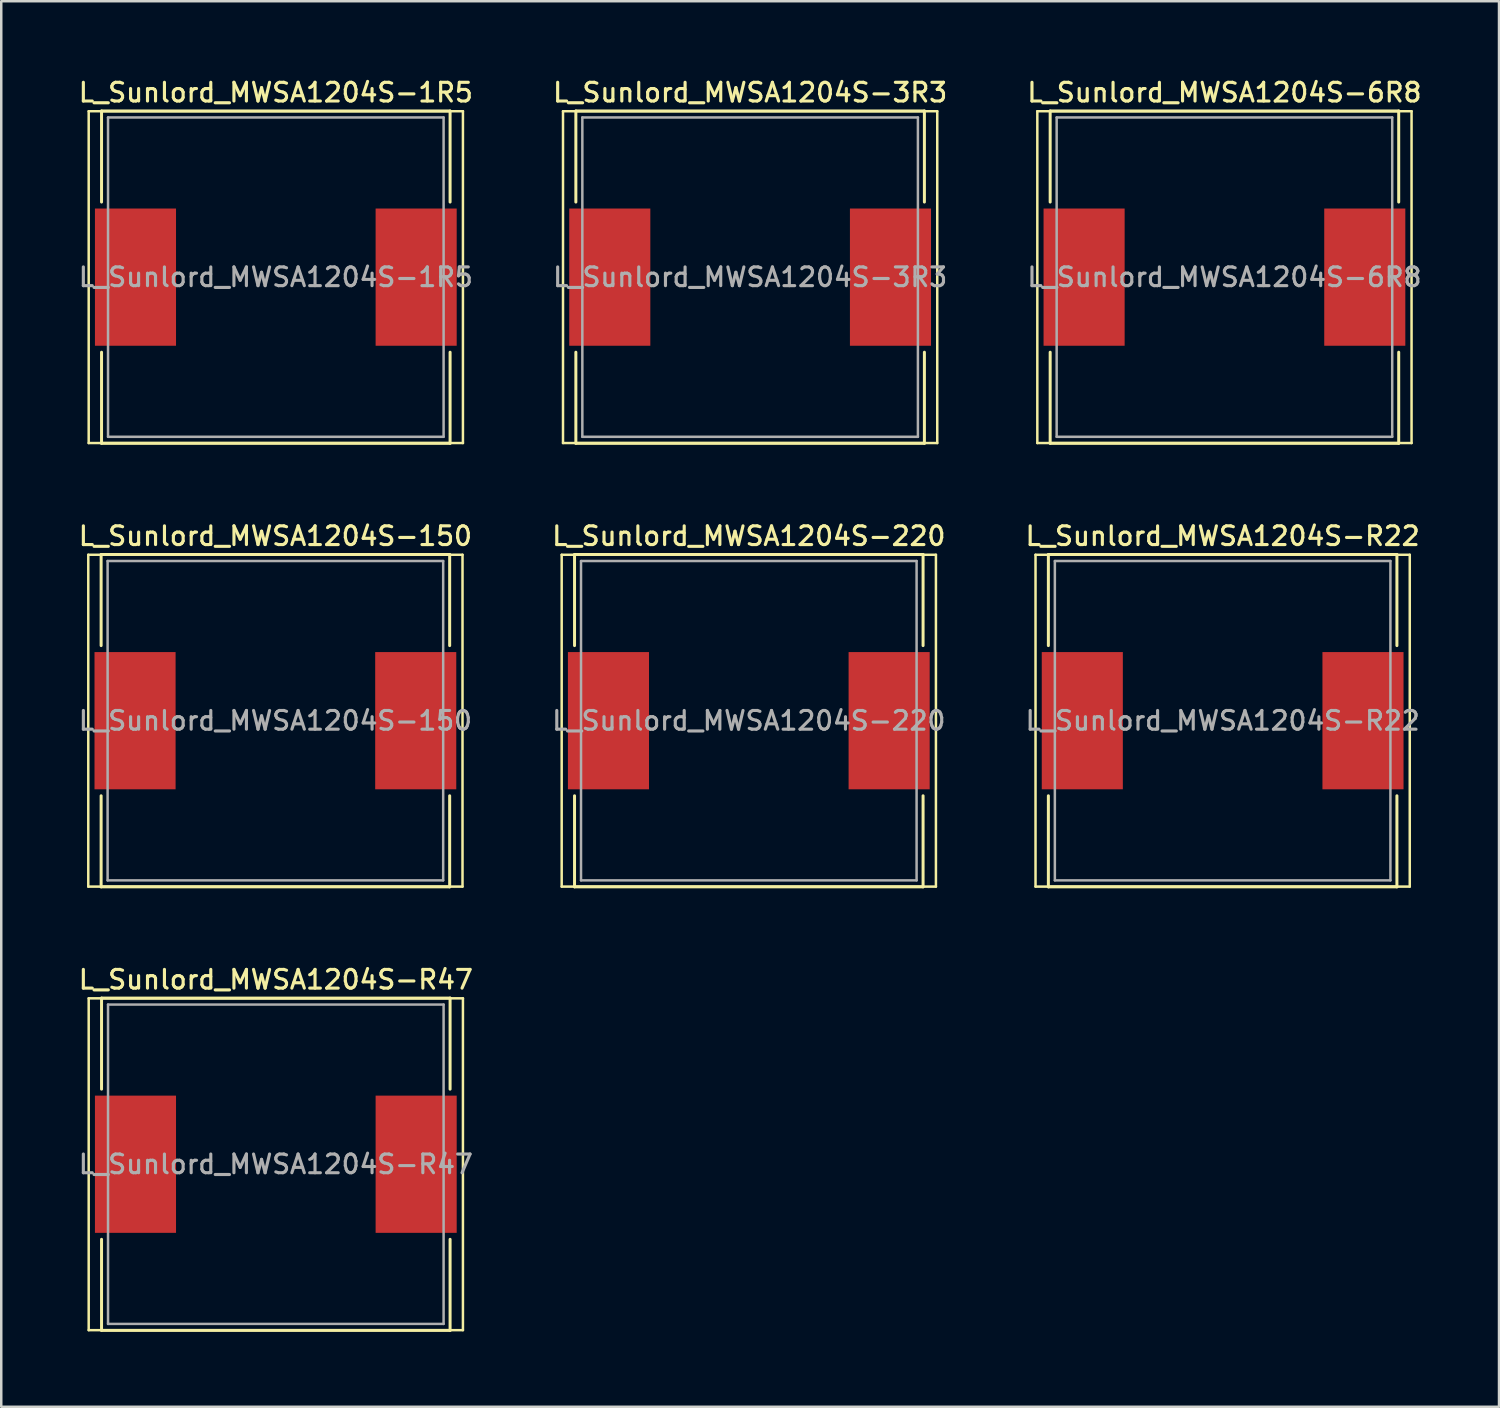
<source format=kicad_pcb>
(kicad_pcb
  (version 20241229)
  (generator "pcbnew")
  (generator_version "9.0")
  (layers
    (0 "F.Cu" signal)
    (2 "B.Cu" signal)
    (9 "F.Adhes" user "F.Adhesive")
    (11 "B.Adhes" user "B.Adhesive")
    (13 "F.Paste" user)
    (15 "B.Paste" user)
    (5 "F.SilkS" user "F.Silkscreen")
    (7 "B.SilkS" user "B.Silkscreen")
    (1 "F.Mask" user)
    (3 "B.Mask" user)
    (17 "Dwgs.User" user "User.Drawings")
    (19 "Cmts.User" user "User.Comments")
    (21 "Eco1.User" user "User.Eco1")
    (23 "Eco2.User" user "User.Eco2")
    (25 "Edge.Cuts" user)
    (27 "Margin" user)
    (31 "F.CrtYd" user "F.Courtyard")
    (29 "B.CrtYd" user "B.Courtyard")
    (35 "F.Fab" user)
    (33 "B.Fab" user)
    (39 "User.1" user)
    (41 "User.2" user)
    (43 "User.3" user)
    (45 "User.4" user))
  (footprint "L_Sunlord_MWSA1204S-220"
    (layer "F.Cu")
    (at 26.963 25.836)
    (property "Reference" "L_Sunlord_MWSA1204S-220" (at 0 -7.4 0) (layer "F.SilkS") (effects (font (size 0.75 0.75) (thickness 0.125))))
    (attr smd)
    (fp_line (start -7.5 -6.65) (end -7.5 6.65) (stroke (width 0.1) (type solid)) (layer "F.SilkS"))
    (fp_line (start -7.5 6.65) (end 7.5 6.65) (stroke (width 0.1) (type solid)) (layer "F.SilkS"))
    (fp_line (start -6.985 -6.66) (end -6.985 -3.01) (stroke (width 0.12) (type solid)) (layer "F.SilkS"))
    (fp_line (start -6.985 -6.66) (end 6.985 -6.66) (stroke (width 0.12) (type solid)) (layer "F.SilkS"))
    (fp_line (start -6.985 6.66) (end -6.985 3.01) (stroke (width 0.12) (type solid)) (layer "F.SilkS"))
    (fp_line (start -6.985 6.66) (end 6.985 6.66) (stroke (width 0.12) (type solid)) (layer "F.SilkS"))
    (fp_line (start 6.985 -6.66) (end 6.985 -3.01) (stroke (width 0.12) (type solid)) (layer "F.SilkS"))
    (fp_line (start 6.985 6.66) (end 6.985 3.01) (stroke (width 0.12) (type solid)) (layer "F.SilkS"))
    (fp_line (start 7.5 -6.65) (end -7.5 -6.65) (stroke (width 0.1) (type solid)) (layer "F.SilkS"))
    (fp_line (start 7.5 6.65) (end 7.5 -6.65) (stroke (width 0.1) (type solid)) (layer "F.SilkS"))
    (fp_line (start -6.725 -6.4) (end -6.725 6.4) (stroke (width 0.1) (type solid)) (layer "F.Fab"))
    (fp_line (start -6.725 6.4) (end 6.725 6.4) (stroke (width 0.1) (type solid)) (layer "F.Fab"))
    (fp_line (start 6.725 -6.4) (end -6.725 -6.4) (stroke (width 0.1) (type solid)) (layer "F.Fab"))
    (fp_line (start 6.725 6.4) (end 6.725 -6.4) (stroke (width 0.1) (type solid)) (layer "F.Fab"))
    (fp_text user "${REFERENCE}" (at 0 0 0) (layer "F.Fab") (effects (font (size 0.75 0.75) (thickness 0.125))))
    (pad "1" smd rect (at -5.625 0) (size 3.25 5.5) (layers "F.Cu" "F.Mask" "F.Paste"))
    (pad "2" smd rect (at 5.625 0) (size 3.25 5.5) (layers "F.Cu" "F.Mask" "F.Paste")))
  (footprint "L_Sunlord_MWSA1204S-150"
    (layer "F.Cu")
    (at 7.988 25.836)
    (property "Reference" "L_Sunlord_MWSA1204S-150" (at 0 -7.4 0) (layer "F.SilkS") (effects (font (size 0.75 0.75) (thickness 0.125))))
    (attr smd)
    (fp_line (start -7.5 -6.65) (end -7.5 6.65) (stroke (width 0.1) (type solid)) (layer "F.SilkS"))
    (fp_line (start -7.5 6.65) (end 7.5 6.65) (stroke (width 0.1) (type solid)) (layer "F.SilkS"))
    (fp_line (start -6.985 -6.66) (end -6.985 -3.01) (stroke (width 0.12) (type solid)) (layer "F.SilkS"))
    (fp_line (start -6.985 -6.66) (end 6.985 -6.66) (stroke (width 0.12) (type solid)) (layer "F.SilkS"))
    (fp_line (start -6.985 6.66) (end -6.985 3.01) (stroke (width 0.12) (type solid)) (layer "F.SilkS"))
    (fp_line (start -6.985 6.66) (end 6.985 6.66) (stroke (width 0.12) (type solid)) (layer "F.SilkS"))
    (fp_line (start 6.985 -6.66) (end 6.985 -3.01) (stroke (width 0.12) (type solid)) (layer "F.SilkS"))
    (fp_line (start 6.985 6.66) (end 6.985 3.01) (stroke (width 0.12) (type solid)) (layer "F.SilkS"))
    (fp_line (start 7.5 -6.65) (end -7.5 -6.65) (stroke (width 0.1) (type solid)) (layer "F.SilkS"))
    (fp_line (start 7.5 6.65) (end 7.5 -6.65) (stroke (width 0.1) (type solid)) (layer "F.SilkS"))
    (fp_line (start -6.725 -6.4) (end -6.725 6.4) (stroke (width 0.1) (type solid)) (layer "F.Fab"))
    (fp_line (start -6.725 6.4) (end 6.725 6.4) (stroke (width 0.1) (type solid)) (layer "F.Fab"))
    (fp_line (start 6.725 -6.4) (end -6.725 -6.4) (stroke (width 0.1) (type solid)) (layer "F.Fab"))
    (fp_line (start 6.725 6.4) (end 6.725 -6.4) (stroke (width 0.1) (type solid)) (layer "F.Fab"))
    (fp_text user "${REFERENCE}" (at 0 0 0) (layer "F.Fab") (effects (font (size 0.75 0.75) (thickness 0.125))))
    (pad "1" smd rect (at -5.625 0) (size 3.25 5.5) (layers "F.Cu" "F.Mask" "F.Paste"))
    (pad "2" smd rect (at 5.625 0) (size 3.25 5.5) (layers "F.Cu" "F.Mask" "F.Paste")))
  (footprint "L_Sunlord_MWSA1204S-R47"
    (layer "F.Cu")
    (at 8.005 43.614)
    (property "Reference" "L_Sunlord_MWSA1204S-R47" (at 0 -7.4 0) (layer "F.SilkS") (effects (font (size 0.75 0.75) (thickness 0.125))))
    (attr smd)
    (fp_line (start -7.5 -6.65) (end -7.5 6.65) (stroke (width 0.1) (type solid)) (layer "F.SilkS"))
    (fp_line (start -7.5 6.65) (end 7.5 6.65) (stroke (width 0.1) (type solid)) (layer "F.SilkS"))
    (fp_line (start -6.985 -6.66) (end -6.985 -3.01) (stroke (width 0.12) (type solid)) (layer "F.SilkS"))
    (fp_line (start -6.985 -6.66) (end 6.985 -6.66) (stroke (width 0.12) (type solid)) (layer "F.SilkS"))
    (fp_line (start -6.985 6.66) (end -6.985 3.01) (stroke (width 0.12) (type solid)) (layer "F.SilkS"))
    (fp_line (start -6.985 6.66) (end 6.985 6.66) (stroke (width 0.12) (type solid)) (layer "F.SilkS"))
    (fp_line (start 6.985 -6.66) (end 6.985 -3.01) (stroke (width 0.12) (type solid)) (layer "F.SilkS"))
    (fp_line (start 6.985 6.66) (end 6.985 3.01) (stroke (width 0.12) (type solid)) (layer "F.SilkS"))
    (fp_line (start 7.5 -6.65) (end -7.5 -6.65) (stroke (width 0.1) (type solid)) (layer "F.SilkS"))
    (fp_line (start 7.5 6.65) (end 7.5 -6.65) (stroke (width 0.1) (type solid)) (layer "F.SilkS"))
    (fp_line (start -6.725 -6.4) (end -6.725 6.4) (stroke (width 0.1) (type solid)) (layer "F.Fab"))
    (fp_line (start -6.725 6.4) (end 6.725 6.4) (stroke (width 0.1) (type solid)) (layer "F.Fab"))
    (fp_line (start 6.725 -6.4) (end -6.725 -6.4) (stroke (width 0.1) (type solid)) (layer "F.Fab"))
    (fp_line (start 6.725 6.4) (end 6.725 -6.4) (stroke (width 0.1) (type solid)) (layer "F.Fab"))
    (fp_text user "${REFERENCE}" (at 0 0 0) (layer "F.Fab") (effects (font (size 0.75 0.75) (thickness 0.125))))
    (pad "1" smd rect (at -5.625 0) (size 3.25 5.5) (layers "F.Cu" "F.Mask" "F.Paste"))
    (pad "2" smd rect (at 5.625 0) (size 3.25 5.5) (layers "F.Cu" "F.Mask" "F.Paste")))
  (footprint "L_Sunlord_MWSA1204S-3R3"
    (layer "F.Cu")
    (at 27.016 8.058)
    (property "Reference" "L_Sunlord_MWSA1204S-3R3" (at 0 -7.4 0) (layer "F.SilkS") (effects (font (size 0.75 0.75) (thickness 0.125))))
    (attr smd)
    (fp_line (start -7.5 -6.65) (end -7.5 6.65) (stroke (width 0.1) (type solid)) (layer "F.SilkS"))
    (fp_line (start -7.5 6.65) (end 7.5 6.65) (stroke (width 0.1) (type solid)) (layer "F.SilkS"))
    (fp_line (start -6.985 -6.66) (end -6.985 -3.01) (stroke (width 0.12) (type solid)) (layer "F.SilkS"))
    (fp_line (start -6.985 -6.66) (end 6.985 -6.66) (stroke (width 0.12) (type solid)) (layer "F.SilkS"))
    (fp_line (start -6.985 6.66) (end -6.985 3.01) (stroke (width 0.12) (type solid)) (layer "F.SilkS"))
    (fp_line (start -6.985 6.66) (end 6.985 6.66) (stroke (width 0.12) (type solid)) (layer "F.SilkS"))
    (fp_line (start 6.985 -6.66) (end 6.985 -3.01) (stroke (width 0.12) (type solid)) (layer "F.SilkS"))
    (fp_line (start 6.985 6.66) (end 6.985 3.01) (stroke (width 0.12) (type solid)) (layer "F.SilkS"))
    (fp_line (start 7.5 -6.65) (end -7.5 -6.65) (stroke (width 0.1) (type solid)) (layer "F.SilkS"))
    (fp_line (start 7.5 6.65) (end 7.5 -6.65) (stroke (width 0.1) (type solid)) (layer "F.SilkS"))
    (fp_line (start -6.725 -6.4) (end -6.725 6.4) (stroke (width 0.1) (type solid)) (layer "F.Fab"))
    (fp_line (start -6.725 6.4) (end 6.725 6.4) (stroke (width 0.1) (type solid)) (layer "F.Fab"))
    (fp_line (start 6.725 -6.4) (end -6.725 -6.4) (stroke (width 0.1) (type solid)) (layer "F.Fab"))
    (fp_line (start 6.725 6.4) (end 6.725 -6.4) (stroke (width 0.1) (type solid)) (layer "F.Fab"))
    (fp_text user "${REFERENCE}" (at 0 0 0) (layer "F.Fab") (effects (font (size 0.75 0.75) (thickness 0.125))))
    (pad "1" smd rect (at -5.625 0) (size 3.25 5.5) (layers "F.Cu" "F.Mask" "F.Paste"))
    (pad "2" smd rect (at 5.625 0) (size 3.25 5.5) (layers "F.Cu" "F.Mask" "F.Paste")))
  (footprint "L_Sunlord_MWSA1204S-R22"
    (layer "F.Cu")
    (at 45.955 25.836)
    (property "Reference" "L_Sunlord_MWSA1204S-R22" (at 0 -7.4 0) (layer "F.SilkS") (effects (font (size 0.75 0.75) (thickness 0.125))))
    (attr smd)
    (fp_line (start -7.5 -6.65) (end -7.5 6.65) (stroke (width 0.1) (type solid)) (layer "F.SilkS"))
    (fp_line (start -7.5 6.65) (end 7.5 6.65) (stroke (width 0.1) (type solid)) (layer "F.SilkS"))
    (fp_line (start -6.985 -6.66) (end -6.985 -3.01) (stroke (width 0.12) (type solid)) (layer "F.SilkS"))
    (fp_line (start -6.985 -6.66) (end 6.985 -6.66) (stroke (width 0.12) (type solid)) (layer "F.SilkS"))
    (fp_line (start -6.985 6.66) (end -6.985 3.01) (stroke (width 0.12) (type solid)) (layer "F.SilkS"))
    (fp_line (start -6.985 6.66) (end 6.985 6.66) (stroke (width 0.12) (type solid)) (layer "F.SilkS"))
    (fp_line (start 6.985 -6.66) (end 6.985 -3.01) (stroke (width 0.12) (type solid)) (layer "F.SilkS"))
    (fp_line (start 6.985 6.66) (end 6.985 3.01) (stroke (width 0.12) (type solid)) (layer "F.SilkS"))
    (fp_line (start 7.5 -6.65) (end -7.5 -6.65) (stroke (width 0.1) (type solid)) (layer "F.SilkS"))
    (fp_line (start 7.5 6.65) (end 7.5 -6.65) (stroke (width 0.1) (type solid)) (layer "F.SilkS"))
    (fp_line (start -6.725 -6.4) (end -6.725 6.4) (stroke (width 0.1) (type solid)) (layer "F.Fab"))
    (fp_line (start -6.725 6.4) (end 6.725 6.4) (stroke (width 0.1) (type solid)) (layer "F.Fab"))
    (fp_line (start 6.725 -6.4) (end -6.725 -6.4) (stroke (width 0.1) (type solid)) (layer "F.Fab"))
    (fp_line (start 6.725 6.4) (end 6.725 -6.4) (stroke (width 0.1) (type solid)) (layer "F.Fab"))
    (fp_text user "${REFERENCE}" (at 0 0 0) (layer "F.Fab") (effects (font (size 0.75 0.75) (thickness 0.125))))
    (pad "1" smd rect (at -5.625 0) (size 3.25 5.5) (layers "F.Cu" "F.Mask" "F.Paste"))
    (pad "2" smd rect (at 5.625 0) (size 3.25 5.5) (layers "F.Cu" "F.Mask" "F.Paste")))
  (footprint "L_Sunlord_MWSA1204S-6R8"
    (layer "F.Cu")
    (at 46.027 8.058)
    (property "Reference" "L_Sunlord_MWSA1204S-6R8" (at 0 -7.4 0) (layer "F.SilkS") (effects (font (size 0.75 0.75) (thickness 0.125))))
    (attr smd)
    (fp_line (start -7.5 -6.65) (end -7.5 6.65) (stroke (width 0.1) (type solid)) (layer "F.SilkS"))
    (fp_line (start -7.5 6.65) (end 7.5 6.65) (stroke (width 0.1) (type solid)) (layer "F.SilkS"))
    (fp_line (start -6.985 -6.66) (end -6.985 -3.01) (stroke (width 0.12) (type solid)) (layer "F.SilkS"))
    (fp_line (start -6.985 -6.66) (end 6.985 -6.66) (stroke (width 0.12) (type solid)) (layer "F.SilkS"))
    (fp_line (start -6.985 6.66) (end -6.985 3.01) (stroke (width 0.12) (type solid)) (layer "F.SilkS"))
    (fp_line (start -6.985 6.66) (end 6.985 6.66) (stroke (width 0.12) (type solid)) (layer "F.SilkS"))
    (fp_line (start 6.985 -6.66) (end 6.985 -3.01) (stroke (width 0.12) (type solid)) (layer "F.SilkS"))
    (fp_line (start 6.985 6.66) (end 6.985 3.01) (stroke (width 0.12) (type solid)) (layer "F.SilkS"))
    (fp_line (start 7.5 -6.65) (end -7.5 -6.65) (stroke (width 0.1) (type solid)) (layer "F.SilkS"))
    (fp_line (start 7.5 6.65) (end 7.5 -6.65) (stroke (width 0.1) (type solid)) (layer "F.SilkS"))
    (fp_line (start -6.725 -6.4) (end -6.725 6.4) (stroke (width 0.1) (type solid)) (layer "F.Fab"))
    (fp_line (start -6.725 6.4) (end 6.725 6.4) (stroke (width 0.1) (type solid)) (layer "F.Fab"))
    (fp_line (start 6.725 -6.4) (end -6.725 -6.4) (stroke (width 0.1) (type solid)) (layer "F.Fab"))
    (fp_line (start 6.725 6.4) (end 6.725 -6.4) (stroke (width 0.1) (type solid)) (layer "F.Fab"))
    (fp_text user "${REFERENCE}" (at 0 0 0) (layer "F.Fab") (effects (font (size 0.75 0.75) (thickness 0.125))))
    (pad "1" smd rect (at -5.625 0) (size 3.25 5.5) (layers "F.Cu" "F.Mask" "F.Paste"))
    (pad "2" smd rect (at 5.625 0) (size 3.25 5.5) (layers "F.Cu" "F.Mask" "F.Paste")))
  (footprint "L_Sunlord_MWSA1204S-1R5"
    (layer "F.Cu")
    (at 8.005 8.058)
    (property "Reference" "L_Sunlord_MWSA1204S-1R5" (at 0 -7.4 0) (layer "F.SilkS") (effects (font (size 0.75 0.75) (thickness 0.125))))
    (attr smd)
    (fp_line (start -7.5 -6.65) (end -7.5 6.65) (stroke (width 0.1) (type solid)) (layer "F.SilkS"))
    (fp_line (start -7.5 6.65) (end 7.5 6.65) (stroke (width 0.1) (type solid)) (layer "F.SilkS"))
    (fp_line (start -6.985 -6.66) (end -6.985 -3.01) (stroke (width 0.12) (type solid)) (layer "F.SilkS"))
    (fp_line (start -6.985 -6.66) (end 6.985 -6.66) (stroke (width 0.12) (type solid)) (layer "F.SilkS"))
    (fp_line (start -6.985 6.66) (end -6.985 3.01) (stroke (width 0.12) (type solid)) (layer "F.SilkS"))
    (fp_line (start -6.985 6.66) (end 6.985 6.66) (stroke (width 0.12) (type solid)) (layer "F.SilkS"))
    (fp_line (start 6.985 -6.66) (end 6.985 -3.01) (stroke (width 0.12) (type solid)) (layer "F.SilkS"))
    (fp_line (start 6.985 6.66) (end 6.985 3.01) (stroke (width 0.12) (type solid)) (layer "F.SilkS"))
    (fp_line (start 7.5 -6.65) (end -7.5 -6.65) (stroke (width 0.1) (type solid)) (layer "F.SilkS"))
    (fp_line (start 7.5 6.65) (end 7.5 -6.65) (stroke (width 0.1) (type solid)) (layer "F.SilkS"))
    (fp_line (start -6.725 -6.4) (end -6.725 6.4) (stroke (width 0.1) (type solid)) (layer "F.Fab"))
    (fp_line (start -6.725 6.4) (end 6.725 6.4) (stroke (width 0.1) (type solid)) (layer "F.Fab"))
    (fp_line (start 6.725 -6.4) (end -6.725 -6.4) (stroke (width 0.1) (type solid)) (layer "F.Fab"))
    (fp_line (start 6.725 6.4) (end 6.725 -6.4) (stroke (width 0.1) (type solid)) (layer "F.Fab"))
    (fp_text user "${REFERENCE}" (at 0 0 0) (layer "F.Fab") (effects (font (size 0.75 0.75) (thickness 0.125))))
    (pad "1" smd rect (at -5.625 0) (size 3.25 5.5) (layers "F.Cu" "F.Mask" "F.Paste"))
    (pad "2" smd rect (at 5.625 0) (size 3.25 5.5) (layers "F.Cu" "F.Mask" "F.Paste")))
  (gr_rect
    (start -3 -3)
    (end 57.032 53.334)
    (stroke (width 0.1) (type default))
    (fill no)
    (layer "Edge.Cuts")))
</source>
